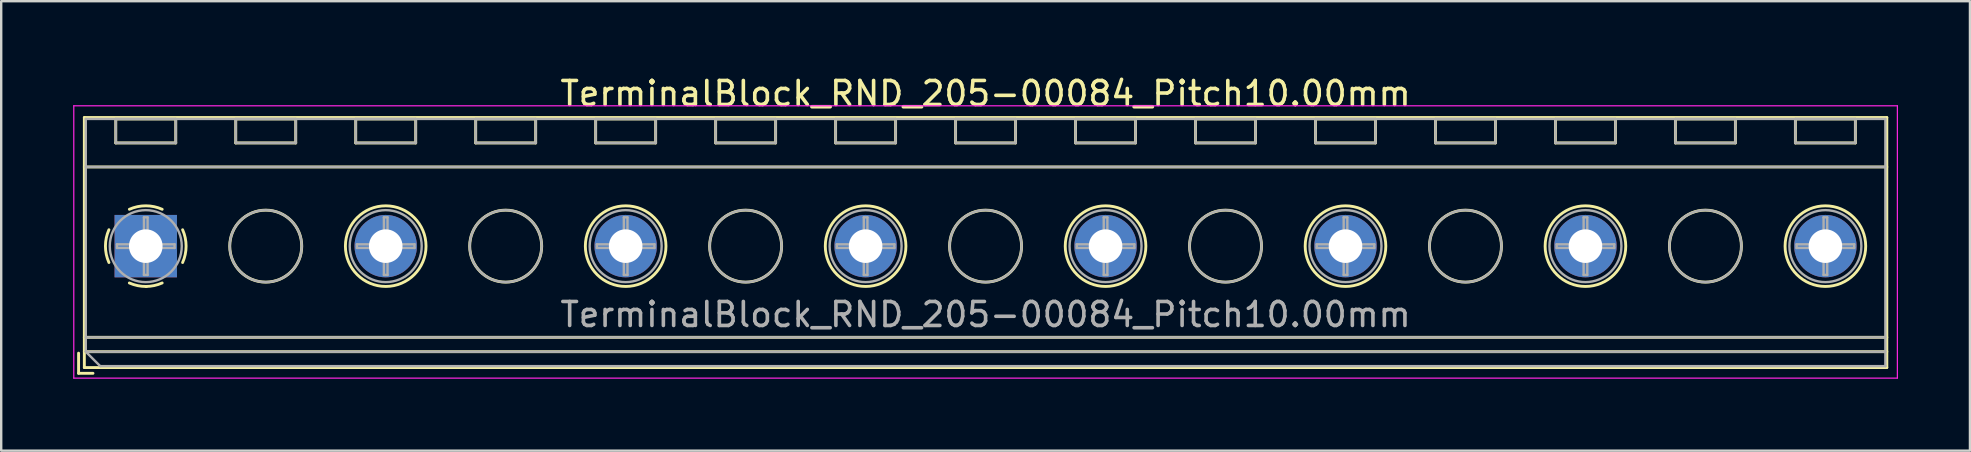
<source format=kicad_pcb>
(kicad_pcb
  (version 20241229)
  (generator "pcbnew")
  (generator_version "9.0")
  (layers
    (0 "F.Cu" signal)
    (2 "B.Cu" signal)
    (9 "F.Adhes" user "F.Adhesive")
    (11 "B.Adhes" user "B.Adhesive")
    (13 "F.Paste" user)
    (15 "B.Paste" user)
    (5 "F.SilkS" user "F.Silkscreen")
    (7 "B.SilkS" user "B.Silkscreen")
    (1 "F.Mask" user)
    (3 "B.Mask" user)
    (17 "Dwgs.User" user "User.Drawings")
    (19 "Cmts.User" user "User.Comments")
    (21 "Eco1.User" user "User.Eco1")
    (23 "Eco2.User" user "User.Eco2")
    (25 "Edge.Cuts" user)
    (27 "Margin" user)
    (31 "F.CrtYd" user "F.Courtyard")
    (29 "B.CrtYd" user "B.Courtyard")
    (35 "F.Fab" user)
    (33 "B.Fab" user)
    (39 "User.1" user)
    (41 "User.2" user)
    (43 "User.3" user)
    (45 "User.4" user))
  (footprint "TerminalBlock_RND_205-00084_Pitch10.00mm"
    (layer "F.Cu")
    (at 3.025 7.208)
    (property "Reference" "TerminalBlock_RND_205-00084_Pitch10.00mm" (at 35 -6.36 0) (layer "F.SilkS") (effects (font (size 1 1) (thickness 0.15))))
    (attr through_hole)
    (fp_line (start -2.8 4.46) (end -2.8 5.3) (stroke (width 0.12) (type solid)) (layer "F.SilkS"))
    (fp_line (start -2.8 5.3) (end -2.2 5.3) (stroke (width 0.12) (type solid)) (layer "F.SilkS"))
    (fp_line (start -2.56 -5.36) (end -2.56 5.06) (stroke (width 0.12) (type solid)) (layer "F.SilkS"))
    (fp_line (start -2.56 -3.3) (end 72.56 -3.3) (stroke (width 0.12) (type solid)) (layer "F.SilkS"))
    (fp_line (start -2.56 3.8) (end 72.56 3.8) (stroke (width 0.12) (type solid)) (layer "F.SilkS"))
    (fp_line (start -2.56 4.4) (end 72.56 4.4) (stroke (width 0.12) (type solid)) (layer "F.SilkS"))
    (fp_line (start -2.56 5.06) (end 72.56 5.06) (stroke (width 0.12) (type solid)) (layer "F.SilkS"))
    (fp_line (start -1.25 -5.301) (end -1.25 -4.301) (stroke (width 0.12) (type solid)) (layer "F.SilkS"))
    (fp_line (start -1.25 -5.301) (end 1.25 -5.301) (stroke (width 0.12) (type solid)) (layer "F.SilkS"))
    (fp_line (start -1.25 -4.301) (end 1.25 -4.301) (stroke (width 0.12) (type solid)) (layer "F.SilkS"))
    (fp_line (start 1.25 -5.301) (end 1.25 -4.301) (stroke (width 0.12) (type solid)) (layer "F.SilkS"))
    (fp_line (start 3.75 -5.301) (end 3.75 -4.301) (stroke (width 0.12) (type solid)) (layer "F.SilkS"))
    (fp_line (start 3.75 -5.301) (end 6.25 -5.301) (stroke (width 0.12) (type solid)) (layer "F.SilkS"))
    (fp_line (start 3.75 -4.301) (end 6.25 -4.301) (stroke (width 0.12) (type solid)) (layer "F.SilkS"))
    (fp_line (start 6.25 -5.301) (end 6.25 -4.301) (stroke (width 0.12) (type solid)) (layer "F.SilkS"))
    (fp_line (start 8.75 -5.301) (end 8.75 -4.301) (stroke (width 0.12) (type solid)) (layer "F.SilkS"))
    (fp_line (start 8.75 -5.301) (end 11.25 -5.301) (stroke (width 0.12) (type solid)) (layer "F.SilkS"))
    (fp_line (start 8.75 -4.301) (end 11.25 -4.301) (stroke (width 0.12) (type solid)) (layer "F.SilkS"))
    (fp_line (start 11.25 -5.301) (end 11.25 -4.301) (stroke (width 0.12) (type solid)) (layer "F.SilkS"))
    (fp_line (start 13.75 -5.301) (end 13.75 -4.301) (stroke (width 0.12) (type solid)) (layer "F.SilkS"))
    (fp_line (start 13.75 -5.301) (end 16.25 -5.301) (stroke (width 0.12) (type solid)) (layer "F.SilkS"))
    (fp_line (start 13.75 -4.301) (end 16.25 -4.301) (stroke (width 0.12) (type solid)) (layer "F.SilkS"))
    (fp_line (start 16.25 -5.301) (end 16.25 -4.301) (stroke (width 0.12) (type solid)) (layer "F.SilkS"))
    (fp_line (start 18.75 -5.301) (end 18.75 -4.301) (stroke (width 0.12) (type solid)) (layer "F.SilkS"))
    (fp_line (start 18.75 -5.301) (end 21.25 -5.301) (stroke (width 0.12) (type solid)) (layer "F.SilkS"))
    (fp_line (start 18.75 -4.301) (end 21.25 -4.301) (stroke (width 0.12) (type solid)) (layer "F.SilkS"))
    (fp_line (start 21.25 -5.301) (end 21.25 -4.301) (stroke (width 0.12) (type solid)) (layer "F.SilkS"))
    (fp_line (start 23.75 -5.301) (end 23.75 -4.301) (stroke (width 0.12) (type solid)) (layer "F.SilkS"))
    (fp_line (start 23.75 -5.301) (end 26.25 -5.301) (stroke (width 0.12) (type solid)) (layer "F.SilkS"))
    (fp_line (start 23.75 -4.301) (end 26.25 -4.301) (stroke (width 0.12) (type solid)) (layer "F.SilkS"))
    (fp_line (start 26.25 -5.301) (end 26.25 -4.301) (stroke (width 0.12) (type solid)) (layer "F.SilkS"))
    (fp_line (start 28.75 -5.301) (end 28.75 -4.301) (stroke (width 0.12) (type solid)) (layer "F.SilkS"))
    (fp_line (start 28.75 -5.301) (end 31.25 -5.301) (stroke (width 0.12) (type solid)) (layer "F.SilkS"))
    (fp_line (start 28.75 -4.301) (end 31.25 -4.301) (stroke (width 0.12) (type solid)) (layer "F.SilkS"))
    (fp_line (start 31.25 -5.301) (end 31.25 -4.301) (stroke (width 0.12) (type solid)) (layer "F.SilkS"))
    (fp_line (start 33.75 -5.301) (end 33.75 -4.301) (stroke (width 0.12) (type solid)) (layer "F.SilkS"))
    (fp_line (start 33.75 -5.301) (end 36.25 -5.301) (stroke (width 0.12) (type solid)) (layer "F.SilkS"))
    (fp_line (start 33.75 -4.301) (end 36.25 -4.301) (stroke (width 0.12) (type solid)) (layer "F.SilkS"))
    (fp_line (start 36.25 -5.301) (end 36.25 -4.301) (stroke (width 0.12) (type solid)) (layer "F.SilkS"))
    (fp_line (start 38.75 -5.301) (end 38.75 -4.301) (stroke (width 0.12) (type solid)) (layer "F.SilkS"))
    (fp_line (start 38.75 -5.301) (end 41.25 -5.301) (stroke (width 0.12) (type solid)) (layer "F.SilkS"))
    (fp_line (start 38.75 -4.301) (end 41.25 -4.301) (stroke (width 0.12) (type solid)) (layer "F.SilkS"))
    (fp_line (start 41.25 -5.301) (end 41.25 -4.301) (stroke (width 0.12) (type solid)) (layer "F.SilkS"))
    (fp_line (start 43.75 -5.301) (end 43.75 -4.301) (stroke (width 0.12) (type solid)) (layer "F.SilkS"))
    (fp_line (start 43.75 -5.301) (end 46.25 -5.301) (stroke (width 0.12) (type solid)) (layer "F.SilkS"))
    (fp_line (start 43.75 -4.301) (end 46.25 -4.301) (stroke (width 0.12) (type solid)) (layer "F.SilkS"))
    (fp_line (start 46.25 -5.301) (end 46.25 -4.301) (stroke (width 0.12) (type solid)) (layer "F.SilkS"))
    (fp_line (start 48.75 -5.301) (end 48.75 -4.301) (stroke (width 0.12) (type solid)) (layer "F.SilkS"))
    (fp_line (start 48.75 -5.301) (end 51.25 -5.301) (stroke (width 0.12) (type solid)) (layer "F.SilkS"))
    (fp_line (start 48.75 -4.301) (end 51.25 -4.301) (stroke (width 0.12) (type solid)) (layer "F.SilkS"))
    (fp_line (start 51.25 -5.301) (end 51.25 -4.301) (stroke (width 0.12) (type solid)) (layer "F.SilkS"))
    (fp_line (start 53.75 -5.301) (end 53.75 -4.301) (stroke (width 0.12) (type solid)) (layer "F.SilkS"))
    (fp_line (start 53.75 -5.301) (end 56.25 -5.301) (stroke (width 0.12) (type solid)) (layer "F.SilkS"))
    (fp_line (start 53.75 -4.301) (end 56.25 -4.301) (stroke (width 0.12) (type solid)) (layer "F.SilkS"))
    (fp_line (start 56.25 -5.301) (end 56.25 -4.301) (stroke (width 0.12) (type solid)) (layer "F.SilkS"))
    (fp_line (start 58.75 -5.301) (end 58.75 -4.301) (stroke (width 0.12) (type solid)) (layer "F.SilkS"))
    (fp_line (start 58.75 -5.301) (end 61.25 -5.301) (stroke (width 0.12) (type solid)) (layer "F.SilkS"))
    (fp_line (start 58.75 -4.301) (end 61.25 -4.301) (stroke (width 0.12) (type solid)) (layer "F.SilkS"))
    (fp_line (start 61.25 -5.301) (end 61.25 -4.301) (stroke (width 0.12) (type solid)) (layer "F.SilkS"))
    (fp_line (start 63.75 -5.301) (end 63.75 -4.301) (stroke (width 0.12) (type solid)) (layer "F.SilkS"))
    (fp_line (start 63.75 -5.301) (end 66.25 -5.301) (stroke (width 0.12) (type solid)) (layer "F.SilkS"))
    (fp_line (start 63.75 -4.301) (end 66.25 -4.301) (stroke (width 0.12) (type solid)) (layer "F.SilkS"))
    (fp_line (start 66.25 -5.301) (end 66.25 -4.301) (stroke (width 0.12) (type solid)) (layer "F.SilkS"))
    (fp_line (start 68.75 -5.301) (end 68.75 -4.301) (stroke (width 0.12) (type solid)) (layer "F.SilkS"))
    (fp_line (start 68.75 -5.301) (end 71.25 -5.301) (stroke (width 0.12) (type solid)) (layer "F.SilkS"))
    (fp_line (start 68.75 -4.301) (end 71.25 -4.301) (stroke (width 0.12) (type solid)) (layer "F.SilkS"))
    (fp_line (start 71.25 -5.301) (end 71.25 -4.301) (stroke (width 0.12) (type solid)) (layer "F.SilkS"))
    (fp_line (start 72.56 -5.36) (end -2.56 -5.36) (stroke (width 0.12) (type solid)) (layer "F.SilkS"))
    (fp_line (start 72.56 5.06) (end 72.56 -5.36) (stroke (width 0.12) (type solid)) (layer "F.SilkS"))
    (fp_arc (start -1.535427 0.683042) (mid -1.680501 -0.000524) (end -1.535 -0.684) (stroke (width 0.12) (type solid)) (layer "F.SilkS"))
    (fp_arc (start -0.683042 -1.535427) (mid 0.000524 -1.680501) (end 0.684 -1.535) (stroke (width 0.12) (type solid)) (layer "F.SilkS"))
    (fp_arc (start 0.028805 1.680253) (mid -0.335551 1.646659) (end -0.684 1.535) (stroke (width 0.12) (type solid)) (layer "F.SilkS"))
    (fp_arc (start 0.683318 1.534756) (mid 0.349292 1.643288) (end 0 1.68) (stroke (width 0.12) (type solid)) (layer "F.SilkS"))
    (fp_arc (start 1.535427 -0.683042) (mid 1.680501 0.000524) (end 1.535 0.684) (stroke (width 0.12) (type solid)) (layer "F.SilkS"))
    (fp_circle (center 5 0) (end 6.5 0) (stroke (width 0.12) (type solid)) (fill no) (layer "F.SilkS"))
    (fp_circle (center 10 0) (end 11.68 0) (stroke (width 0.12) (type solid)) (fill no) (layer "F.SilkS"))
    (fp_circle (center 15 0) (end 16.5 0) (stroke (width 0.12) (type solid)) (fill no) (layer "F.SilkS"))
    (fp_circle (center 20 0) (end 21.68 0) (stroke (width 0.12) (type solid)) (fill no) (layer "F.SilkS"))
    (fp_circle (center 25 0) (end 26.5 0) (stroke (width 0.12) (type solid)) (fill no) (layer "F.SilkS"))
    (fp_circle (center 30 0) (end 31.68 0) (stroke (width 0.12) (type solid)) (fill no) (layer "F.SilkS"))
    (fp_circle (center 35 0) (end 36.5 0) (stroke (width 0.12) (type solid)) (fill no) (layer "F.SilkS"))
    (fp_circle (center 40 0) (end 41.68 0) (stroke (width 0.12) (type solid)) (fill no) (layer "F.SilkS"))
    (fp_circle (center 45 0) (end 46.5 0) (stroke (width 0.12) (type solid)) (fill no) (layer "F.SilkS"))
    (fp_circle (center 50 0) (end 51.68 0) (stroke (width 0.12) (type solid)) (fill no) (layer "F.SilkS"))
    (fp_circle (center 55 0) (end 56.5 0) (stroke (width 0.12) (type solid)) (fill no) (layer "F.SilkS"))
    (fp_circle (center 60 0) (end 61.68 0) (stroke (width 0.12) (type solid)) (fill no) (layer "F.SilkS"))
    (fp_circle (center 65 0) (end 66.5 0) (stroke (width 0.12) (type solid)) (fill no) (layer "F.SilkS"))
    (fp_circle (center 70 0) (end 71.68 0) (stroke (width 0.12) (type solid)) (fill no) (layer "F.SilkS"))
    (fp_line (start -3 -5.85) (end -3 5.5) (stroke (width 0.05) (type solid)) (layer "F.CrtYd"))
    (fp_line (start -3 5.5) (end 73 5.5) (stroke (width 0.05) (type solid)) (layer "F.CrtYd"))
    (fp_line (start 73 -5.85) (end -3 -5.85) (stroke (width 0.05) (type solid)) (layer "F.CrtYd"))
    (fp_line (start 73 5.5) (end 73 -5.85) (stroke (width 0.05) (type solid)) (layer "F.CrtYd"))
    (fp_line (start -2.5 -5.3) (end 72.5 -5.3) (stroke (width 0.1) (type solid)) (layer "F.Fab"))
    (fp_line (start -2.5 -3.3) (end 72.5 -3.3) (stroke (width 0.1) (type solid)) (layer "F.Fab"))
    (fp_line (start -2.5 3.8) (end 72.5 3.8) (stroke (width 0.1) (type solid)) (layer "F.Fab"))
    (fp_line (start -2.5 4.4) (end -2.5 -5.3) (stroke (width 0.1) (type solid)) (layer "F.Fab"))
    (fp_line (start -2.5 4.4) (end 72.5 4.4) (stroke (width 0.1) (type solid)) (layer "F.Fab"))
    (fp_line (start -1.9 5) (end -2.5 4.4) (stroke (width 0.1) (type solid)) (layer "F.Fab"))
    (fp_line (start -1.25 -5.3) (end -1.25 -4.3) (stroke (width 0.1) (type solid)) (layer "F.Fab"))
    (fp_line (start -1.25 -4.3) (end 1.25 -4.3) (stroke (width 0.1) (type solid)) (layer "F.Fab"))
    (fp_line (start -1.201 -0.076) (end -0.076 -0.076) (stroke (width 0.1) (type solid)) (layer "F.Fab"))
    (fp_line (start -1.201 0.076) (end -1.201 -0.076) (stroke (width 0.1) (type solid)) (layer "F.Fab"))
    (fp_line (start -0.076 -1.201) (end 0.076 -1.201) (stroke (width 0.1) (type solid)) (layer "F.Fab"))
    (fp_line (start -0.076 -0.076) (end -0.076 -1.201) (stroke (width 0.1) (type solid)) (layer "F.Fab"))
    (fp_line (start -0.076 0.076) (end -1.201 0.076) (stroke (width 0.1) (type solid)) (layer "F.Fab"))
    (fp_line (start -0.076 1.201) (end -0.076 0.076) (stroke (width 0.1) (type solid)) (layer "F.Fab"))
    (fp_line (start 0.076 -1.201) (end 0.076 -0.076) (stroke (width 0.1) (type solid)) (layer "F.Fab"))
    (fp_line (start 0.076 -0.076) (end 1.201 -0.076) (stroke (width 0.1) (type solid)) (layer "F.Fab"))
    (fp_line (start 0.076 0.076) (end 0.076 1.201) (stroke (width 0.1) (type solid)) (layer "F.Fab"))
    (fp_line (start 0.076 1.201) (end -0.076 1.201) (stroke (width 0.1) (type solid)) (layer "F.Fab"))
    (fp_line (start 1.201 -0.076) (end 1.201 0.076) (stroke (width 0.1) (type solid)) (layer "F.Fab"))
    (fp_line (start 1.201 0.076) (end 0.076 0.076) (stroke (width 0.1) (type solid)) (layer "F.Fab"))
    (fp_line (start 1.25 -5.3) (end -1.25 -5.3) (stroke (width 0.1) (type solid)) (layer "F.Fab"))
    (fp_line (start 1.25 -4.3) (end 1.25 -5.3) (stroke (width 0.1) (type solid)) (layer "F.Fab"))
    (fp_line (start 3.75 -5.3) (end 3.75 -4.3) (stroke (width 0.1) (type solid)) (layer "F.Fab"))
    (fp_line (start 3.75 -4.3) (end 6.25 -4.3) (stroke (width 0.1) (type solid)) (layer "F.Fab"))
    (fp_line (start 6.25 -5.3) (end 3.75 -5.3) (stroke (width 0.1) (type solid)) (layer "F.Fab"))
    (fp_line (start 6.25 -4.3) (end 6.25 -5.3) (stroke (width 0.1) (type solid)) (layer "F.Fab"))
    (fp_line (start 8.75 -5.3) (end 8.75 -4.3) (stroke (width 0.1) (type solid)) (layer "F.Fab"))
    (fp_line (start 8.75 -4.3) (end 11.25 -4.3) (stroke (width 0.1) (type solid)) (layer "F.Fab"))
    (fp_line (start 8.799 -0.076) (end 9.924 -0.076) (stroke (width 0.1) (type solid)) (layer "F.Fab"))
    (fp_line (start 8.799 0.076) (end 8.799 -0.076) (stroke (width 0.1) (type solid)) (layer "F.Fab"))
    (fp_line (start 9.924 -1.201) (end 10.076 -1.201) (stroke (width 0.1) (type solid)) (layer "F.Fab"))
    (fp_line (start 9.924 -0.076) (end 9.924 -1.201) (stroke (width 0.1) (type solid)) (layer "F.Fab"))
    (fp_line (start 9.924 0.076) (end 8.799 0.076) (stroke (width 0.1) (type solid)) (layer "F.Fab"))
    (fp_line (start 9.924 1.201) (end 9.924 0.076) (stroke (width 0.1) (type solid)) (layer "F.Fab"))
    (fp_line (start 10.076 -1.201) (end 10.076 -0.076) (stroke (width 0.1) (type solid)) (layer "F.Fab"))
    (fp_line (start 10.076 -0.076) (end 11.201 -0.076) (stroke (width 0.1) (type solid)) (layer "F.Fab"))
    (fp_line (start 10.076 0.076) (end 10.076 1.201) (stroke (width 0.1) (type solid)) (layer "F.Fab"))
    (fp_line (start 10.076 1.201) (end 9.924 1.201) (stroke (width 0.1) (type solid)) (layer "F.Fab"))
    (fp_line (start 11.201 -0.076) (end 11.201 0.076) (stroke (width 0.1) (type solid)) (layer "F.Fab"))
    (fp_line (start 11.201 0.076) (end 10.076 0.076) (stroke (width 0.1) (type solid)) (layer "F.Fab"))
    (fp_line (start 11.25 -5.3) (end 8.75 -5.3) (stroke (width 0.1) (type solid)) (layer "F.Fab"))
    (fp_line (start 11.25 -4.3) (end 11.25 -5.3) (stroke (width 0.1) (type solid)) (layer "F.Fab"))
    (fp_line (start 13.75 -5.3) (end 13.75 -4.3) (stroke (width 0.1) (type solid)) (layer "F.Fab"))
    (fp_line (start 13.75 -4.3) (end 16.25 -4.3) (stroke (width 0.1) (type solid)) (layer "F.Fab"))
    (fp_line (start 16.25 -5.3) (end 13.75 -5.3) (stroke (width 0.1) (type solid)) (layer "F.Fab"))
    (fp_line (start 16.25 -4.3) (end 16.25 -5.3) (stroke (width 0.1) (type solid)) (layer "F.Fab"))
    (fp_line (start 18.75 -5.3) (end 18.75 -4.3) (stroke (width 0.1) (type solid)) (layer "F.Fab"))
    (fp_line (start 18.75 -4.3) (end 21.25 -4.3) (stroke (width 0.1) (type solid)) (layer "F.Fab"))
    (fp_line (start 18.799 -0.076) (end 19.924 -0.076) (stroke (width 0.1) (type solid)) (layer "F.Fab"))
    (fp_line (start 18.799 0.076) (end 18.799 -0.076) (stroke (width 0.1) (type solid)) (layer "F.Fab"))
    (fp_line (start 19.924 -1.201) (end 20.076 -1.201) (stroke (width 0.1) (type solid)) (layer "F.Fab"))
    (fp_line (start 19.924 -0.076) (end 19.924 -1.201) (stroke (width 0.1) (type solid)) (layer "F.Fab"))
    (fp_line (start 19.924 0.076) (end 18.799 0.076) (stroke (width 0.1) (type solid)) (layer "F.Fab"))
    (fp_line (start 19.924 1.201) (end 19.924 0.076) (stroke (width 0.1) (type solid)) (layer "F.Fab"))
    (fp_line (start 20.076 -1.201) (end 20.076 -0.076) (stroke (width 0.1) (type solid)) (layer "F.Fab"))
    (fp_line (start 20.076 -0.076) (end 21.201 -0.076) (stroke (width 0.1) (type solid)) (layer "F.Fab"))
    (fp_line (start 20.076 0.076) (end 20.076 1.201) (stroke (width 0.1) (type solid)) (layer "F.Fab"))
    (fp_line (start 20.076 1.201) (end 19.924 1.201) (stroke (width 0.1) (type solid)) (layer "F.Fab"))
    (fp_line (start 21.201 -0.076) (end 21.201 0.076) (stroke (width 0.1) (type solid)) (layer "F.Fab"))
    (fp_line (start 21.201 0.076) (end 20.076 0.076) (stroke (width 0.1) (type solid)) (layer "F.Fab"))
    (fp_line (start 21.25 -5.3) (end 18.75 -5.3) (stroke (width 0.1) (type solid)) (layer "F.Fab"))
    (fp_line (start 21.25 -4.3) (end 21.25 -5.3) (stroke (width 0.1) (type solid)) (layer "F.Fab"))
    (fp_line (start 23.75 -5.3) (end 23.75 -4.3) (stroke (width 0.1) (type solid)) (layer "F.Fab"))
    (fp_line (start 23.75 -4.3) (end 26.25 -4.3) (stroke (width 0.1) (type solid)) (layer "F.Fab"))
    (fp_line (start 26.25 -5.3) (end 23.75 -5.3) (stroke (width 0.1) (type solid)) (layer "F.Fab"))
    (fp_line (start 26.25 -4.3) (end 26.25 -5.3) (stroke (width 0.1) (type solid)) (layer "F.Fab"))
    (fp_line (start 28.75 -5.3) (end 28.75 -4.3) (stroke (width 0.1) (type solid)) (layer "F.Fab"))
    (fp_line (start 28.75 -4.3) (end 31.25 -4.3) (stroke (width 0.1) (type solid)) (layer "F.Fab"))
    (fp_line (start 28.799 -0.076) (end 29.924 -0.076) (stroke (width 0.1) (type solid)) (layer "F.Fab"))
    (fp_line (start 28.799 0.076) (end 28.799 -0.076) (stroke (width 0.1) (type solid)) (layer "F.Fab"))
    (fp_line (start 29.924 -1.201) (end 30.076 -1.201) (stroke (width 0.1) (type solid)) (layer "F.Fab"))
    (fp_line (start 29.924 -0.076) (end 29.924 -1.201) (stroke (width 0.1) (type solid)) (layer "F.Fab"))
    (fp_line (start 29.924 0.076) (end 28.799 0.076) (stroke (width 0.1) (type solid)) (layer "F.Fab"))
    (fp_line (start 29.924 1.201) (end 29.924 0.076) (stroke (width 0.1) (type solid)) (layer "F.Fab"))
    (fp_line (start 30.076 -1.201) (end 30.076 -0.076) (stroke (width 0.1) (type solid)) (layer "F.Fab"))
    (fp_line (start 30.076 -0.076) (end 31.201 -0.076) (stroke (width 0.1) (type solid)) (layer "F.Fab"))
    (fp_line (start 30.076 0.076) (end 30.076 1.201) (stroke (width 0.1) (type solid)) (layer "F.Fab"))
    (fp_line (start 30.076 1.201) (end 29.924 1.201) (stroke (width 0.1) (type solid)) (layer "F.Fab"))
    (fp_line (start 31.201 -0.076) (end 31.201 0.076) (stroke (width 0.1) (type solid)) (layer "F.Fab"))
    (fp_line (start 31.201 0.076) (end 30.076 0.076) (stroke (width 0.1) (type solid)) (layer "F.Fab"))
    (fp_line (start 31.25 -5.3) (end 28.75 -5.3) (stroke (width 0.1) (type solid)) (layer "F.Fab"))
    (fp_line (start 31.25 -4.3) (end 31.25 -5.3) (stroke (width 0.1) (type solid)) (layer "F.Fab"))
    (fp_line (start 33.75 -5.3) (end 33.75 -4.3) (stroke (width 0.1) (type solid)) (layer "F.Fab"))
    (fp_line (start 33.75 -4.3) (end 36.25 -4.3) (stroke (width 0.1) (type solid)) (layer "F.Fab"))
    (fp_line (start 36.25 -5.3) (end 33.75 -5.3) (stroke (width 0.1) (type solid)) (layer "F.Fab"))
    (fp_line (start 36.25 -4.3) (end 36.25 -5.3) (stroke (width 0.1) (type solid)) (layer "F.Fab"))
    (fp_line (start 38.75 -5.3) (end 38.75 -4.3) (stroke (width 0.1) (type solid)) (layer "F.Fab"))
    (fp_line (start 38.75 -4.3) (end 41.25 -4.3) (stroke (width 0.1) (type solid)) (layer "F.Fab"))
    (fp_line (start 38.799 -0.076) (end 39.924 -0.076) (stroke (width 0.1) (type solid)) (layer "F.Fab"))
    (fp_line (start 38.799 0.076) (end 38.799 -0.076) (stroke (width 0.1) (type solid)) (layer "F.Fab"))
    (fp_line (start 39.924 -1.201) (end 40.076 -1.201) (stroke (width 0.1) (type solid)) (layer "F.Fab"))
    (fp_line (start 39.924 -0.076) (end 39.924 -1.201) (stroke (width 0.1) (type solid)) (layer "F.Fab"))
    (fp_line (start 39.924 0.076) (end 38.799 0.076) (stroke (width 0.1) (type solid)) (layer "F.Fab"))
    (fp_line (start 39.924 1.201) (end 39.924 0.076) (stroke (width 0.1) (type solid)) (layer "F.Fab"))
    (fp_line (start 40.076 -1.201) (end 40.076 -0.076) (stroke (width 0.1) (type solid)) (layer "F.Fab"))
    (fp_line (start 40.076 -0.076) (end 41.201 -0.076) (stroke (width 0.1) (type solid)) (layer "F.Fab"))
    (fp_line (start 40.076 0.076) (end 40.076 1.201) (stroke (width 0.1) (type solid)) (layer "F.Fab"))
    (fp_line (start 40.076 1.201) (end 39.924 1.201) (stroke (width 0.1) (type solid)) (layer "F.Fab"))
    (fp_line (start 41.201 -0.076) (end 41.201 0.076) (stroke (width 0.1) (type solid)) (layer "F.Fab"))
    (fp_line (start 41.201 0.076) (end 40.076 0.076) (stroke (width 0.1) (type solid)) (layer "F.Fab"))
    (fp_line (start 41.25 -5.3) (end 38.75 -5.3) (stroke (width 0.1) (type solid)) (layer "F.Fab"))
    (fp_line (start 41.25 -4.3) (end 41.25 -5.3) (stroke (width 0.1) (type solid)) (layer "F.Fab"))
    (fp_line (start 43.75 -5.3) (end 43.75 -4.3) (stroke (width 0.1) (type solid)) (layer "F.Fab"))
    (fp_line (start 43.75 -4.3) (end 46.25 -4.3) (stroke (width 0.1) (type solid)) (layer "F.Fab"))
    (fp_line (start 46.25 -5.3) (end 43.75 -5.3) (stroke (width 0.1) (type solid)) (layer "F.Fab"))
    (fp_line (start 46.25 -4.3) (end 46.25 -5.3) (stroke (width 0.1) (type solid)) (layer "F.Fab"))
    (fp_line (start 48.75 -5.3) (end 48.75 -4.3) (stroke (width 0.1) (type solid)) (layer "F.Fab"))
    (fp_line (start 48.75 -4.3) (end 51.25 -4.3) (stroke (width 0.1) (type solid)) (layer "F.Fab"))
    (fp_line (start 48.799 -0.076) (end 49.924 -0.076) (stroke (width 0.1) (type solid)) (layer "F.Fab"))
    (fp_line (start 48.799 0.076) (end 48.799 -0.076) (stroke (width 0.1) (type solid)) (layer "F.Fab"))
    (fp_line (start 49.924 -1.201) (end 50.076 -1.201) (stroke (width 0.1) (type solid)) (layer "F.Fab"))
    (fp_line (start 49.924 -0.076) (end 49.924 -1.201) (stroke (width 0.1) (type solid)) (layer "F.Fab"))
    (fp_line (start 49.924 0.076) (end 48.799 0.076) (stroke (width 0.1) (type solid)) (layer "F.Fab"))
    (fp_line (start 49.924 1.201) (end 49.924 0.076) (stroke (width 0.1) (type solid)) (layer "F.Fab"))
    (fp_line (start 50.076 -1.201) (end 50.076 -0.076) (stroke (width 0.1) (type solid)) (layer "F.Fab"))
    (fp_line (start 50.076 -0.076) (end 51.201 -0.076) (stroke (width 0.1) (type solid)) (layer "F.Fab"))
    (fp_line (start 50.076 0.076) (end 50.076 1.201) (stroke (width 0.1) (type solid)) (layer "F.Fab"))
    (fp_line (start 50.076 1.201) (end 49.924 1.201) (stroke (width 0.1) (type solid)) (layer "F.Fab"))
    (fp_line (start 51.201 -0.076) (end 51.201 0.076) (stroke (width 0.1) (type solid)) (layer "F.Fab"))
    (fp_line (start 51.201 0.076) (end 50.076 0.076) (stroke (width 0.1) (type solid)) (layer "F.Fab"))
    (fp_line (start 51.25 -5.3) (end 48.75 -5.3) (stroke (width 0.1) (type solid)) (layer "F.Fab"))
    (fp_line (start 51.25 -4.3) (end 51.25 -5.3) (stroke (width 0.1) (type solid)) (layer "F.Fab"))
    (fp_line (start 53.75 -5.3) (end 53.75 -4.3) (stroke (width 0.1) (type solid)) (layer "F.Fab"))
    (fp_line (start 53.75 -4.3) (end 56.25 -4.3) (stroke (width 0.1) (type solid)) (layer "F.Fab"))
    (fp_line (start 56.25 -5.3) (end 53.75 -5.3) (stroke (width 0.1) (type solid)) (layer "F.Fab"))
    (fp_line (start 56.25 -4.3) (end 56.25 -5.3) (stroke (width 0.1) (type solid)) (layer "F.Fab"))
    (fp_line (start 58.75 -5.3) (end 58.75 -4.3) (stroke (width 0.1) (type solid)) (layer "F.Fab"))
    (fp_line (start 58.75 -4.3) (end 61.25 -4.3) (stroke (width 0.1) (type solid)) (layer "F.Fab"))
    (fp_line (start 58.799 -0.076) (end 59.924 -0.076) (stroke (width 0.1) (type solid)) (layer "F.Fab"))
    (fp_line (start 58.799 0.076) (end 58.799 -0.076) (stroke (width 0.1) (type solid)) (layer "F.Fab"))
    (fp_line (start 59.924 -1.201) (end 60.076 -1.201) (stroke (width 0.1) (type solid)) (layer "F.Fab"))
    (fp_line (start 59.924 -0.076) (end 59.924 -1.201) (stroke (width 0.1) (type solid)) (layer "F.Fab"))
    (fp_line (start 59.924 0.076) (end 58.799 0.076) (stroke (width 0.1) (type solid)) (layer "F.Fab"))
    (fp_line (start 59.924 1.201) (end 59.924 0.076) (stroke (width 0.1) (type solid)) (layer "F.Fab"))
    (fp_line (start 60.076 -1.201) (end 60.076 -0.076) (stroke (width 0.1) (type solid)) (layer "F.Fab"))
    (fp_line (start 60.076 -0.076) (end 61.201 -0.076) (stroke (width 0.1) (type solid)) (layer "F.Fab"))
    (fp_line (start 60.076 0.076) (end 60.076 1.201) (stroke (width 0.1) (type solid)) (layer "F.Fab"))
    (fp_line (start 60.076 1.201) (end 59.924 1.201) (stroke (width 0.1) (type solid)) (layer "F.Fab"))
    (fp_line (start 61.201 -0.076) (end 61.201 0.076) (stroke (width 0.1) (type solid)) (layer "F.Fab"))
    (fp_line (start 61.201 0.076) (end 60.076 0.076) (stroke (width 0.1) (type solid)) (layer "F.Fab"))
    (fp_line (start 61.25 -5.3) (end 58.75 -5.3) (stroke (width 0.1) (type solid)) (layer "F.Fab"))
    (fp_line (start 61.25 -4.3) (end 61.25 -5.3) (stroke (width 0.1) (type solid)) (layer "F.Fab"))
    (fp_line (start 63.75 -5.3) (end 63.75 -4.3) (stroke (width 0.1) (type solid)) (layer "F.Fab"))
    (fp_line (start 63.75 -4.3) (end 66.25 -4.3) (stroke (width 0.1) (type solid)) (layer "F.Fab"))
    (fp_line (start 66.25 -5.3) (end 63.75 -5.3) (stroke (width 0.1) (type solid)) (layer "F.Fab"))
    (fp_line (start 66.25 -4.3) (end 66.25 -5.3) (stroke (width 0.1) (type solid)) (layer "F.Fab"))
    (fp_line (start 68.75 -5.3) (end 68.75 -4.3) (stroke (width 0.1) (type solid)) (layer "F.Fab"))
    (fp_line (start 68.75 -4.3) (end 71.25 -4.3) (stroke (width 0.1) (type solid)) (layer "F.Fab"))
    (fp_line (start 68.799 -0.076) (end 69.924 -0.076) (stroke (width 0.1) (type solid)) (layer "F.Fab"))
    (fp_line (start 68.799 0.076) (end 68.799 -0.076) (stroke (width 0.1) (type solid)) (layer "F.Fab"))
    (fp_line (start 69.924 -1.201) (end 70.076 -1.201) (stroke (width 0.1) (type solid)) (layer "F.Fab"))
    (fp_line (start 69.924 -0.076) (end 69.924 -1.201) (stroke (width 0.1) (type solid)) (layer "F.Fab"))
    (fp_line (start 69.924 0.076) (end 68.799 0.076) (stroke (width 0.1) (type solid)) (layer "F.Fab"))
    (fp_line (start 69.924 1.201) (end 69.924 0.076) (stroke (width 0.1) (type solid)) (layer "F.Fab"))
    (fp_line (start 70.076 -1.201) (end 70.076 -0.076) (stroke (width 0.1) (type solid)) (layer "F.Fab"))
    (fp_line (start 70.076 -0.076) (end 71.201 -0.076) (stroke (width 0.1) (type solid)) (layer "F.Fab"))
    (fp_line (start 70.076 0.076) (end 70.076 1.201) (stroke (width 0.1) (type solid)) (layer "F.Fab"))
    (fp_line (start 70.076 1.201) (end 69.924 1.201) (stroke (width 0.1) (type solid)) (layer "F.Fab"))
    (fp_line (start 71.201 -0.076) (end 71.201 0.076) (stroke (width 0.1) (type solid)) (layer "F.Fab"))
    (fp_line (start 71.201 0.076) (end 70.076 0.076) (stroke (width 0.1) (type solid)) (layer "F.Fab"))
    (fp_line (start 71.25 -5.3) (end 68.75 -5.3) (stroke (width 0.1) (type solid)) (layer "F.Fab"))
    (fp_line (start 71.25 -4.3) (end 71.25 -5.3) (stroke (width 0.1) (type solid)) (layer "F.Fab"))
    (fp_line (start 72.5 -5.3) (end 72.5 5) (stroke (width 0.1) (type solid)) (layer "F.Fab"))
    (fp_line (start 72.5 5) (end -1.9 5) (stroke (width 0.1) (type solid)) (layer "F.Fab"))
    (fp_circle (center 0 0) (end 1.5 0) (stroke (width 0.1) (type solid)) (fill no) (layer "F.Fab"))
    (fp_circle (center 5 0) (end 6.5 0) (stroke (width 0.1) (type solid)) (fill no) (layer "F.Fab"))
    (fp_circle (center 10 0) (end 11.5 0) (stroke (width 0.1) (type solid)) (fill no) (layer "F.Fab"))
    (fp_circle (center 15 0) (end 16.5 0) (stroke (width 0.1) (type solid)) (fill no) (layer "F.Fab"))
    (fp_circle (center 20 0) (end 21.5 0) (stroke (width 0.1) (type solid)) (fill no) (layer "F.Fab"))
    (fp_circle (center 25 0) (end 26.5 0) (stroke (width 0.1) (type solid)) (fill no) (layer "F.Fab"))
    (fp_circle (center 30 0) (end 31.5 0) (stroke (width 0.1) (type solid)) (fill no) (layer "F.Fab"))
    (fp_circle (center 35 0) (end 36.5 0) (stroke (width 0.1) (type solid)) (fill no) (layer "F.Fab"))
    (fp_circle (center 40 0) (end 41.5 0) (stroke (width 0.1) (type solid)) (fill no) (layer "F.Fab"))
    (fp_circle (center 45 0) (end 46.5 0) (stroke (width 0.1) (type solid)) (fill no) (layer "F.Fab"))
    (fp_circle (center 50 0) (end 51.5 0) (stroke (width 0.1) (type solid)) (fill no) (layer "F.Fab"))
    (fp_circle (center 55 0) (end 56.5 0) (stroke (width 0.1) (type solid)) (fill no) (layer "F.Fab"))
    (fp_circle (center 60 0) (end 61.5 0) (stroke (width 0.1) (type solid)) (fill no) (layer "F.Fab"))
    (fp_circle (center 65 0) (end 66.5 0) (stroke (width 0.1) (type solid)) (fill no) (layer "F.Fab"))
    (fp_circle (center 70 0) (end 71.5 0) (stroke (width 0.1) (type solid)) (fill no) (layer "F.Fab"))
    (fp_text user "${REFERENCE}" (at 35 2.85 0) (layer "F.Fab") (effects (font (size 1 1) (thickness 0.15))))
    (pad "1" thru_hole rect (at 0 0) (size 2.6 2.6) (drill 1.4) (layers "*.Cu" "*.Mask"))
    (pad "2" thru_hole oval (at 10 0) (size 2.6 2.6) (drill 1.4) (layers "*.Cu" "*.Mask"))
    (pad "3" thru_hole oval (at 20 0) (size 2.6 2.6) (drill 1.4) (layers "*.Cu" "*.Mask"))
    (pad "4" thru_hole oval (at 30 0) (size 2.6 2.6) (drill 1.4) (layers "*.Cu" "*.Mask"))
    (pad "5" thru_hole oval (at 40 0) (size 2.6 2.6) (drill 1.4) (layers "*.Cu" "*.Mask"))
    (pad "6" thru_hole oval (at 50 0) (size 2.6 2.6) (drill 1.4) (layers "*.Cu" "*.Mask"))
    (pad "7" thru_hole oval (at 60 0) (size 2.6 2.6) (drill 1.4) (layers "*.Cu" "*.Mask"))
    (pad "8" thru_hole oval (at 70 0) (size 2.6 2.6) (drill 1.4) (layers "*.Cu" "*.Mask")))
  (gr_rect
    (start -3 -3)
    (end 79.05 15.733)
    (stroke (width 0.1) (type default))
    (fill no)
    (layer "Edge.Cuts")))
</source>
